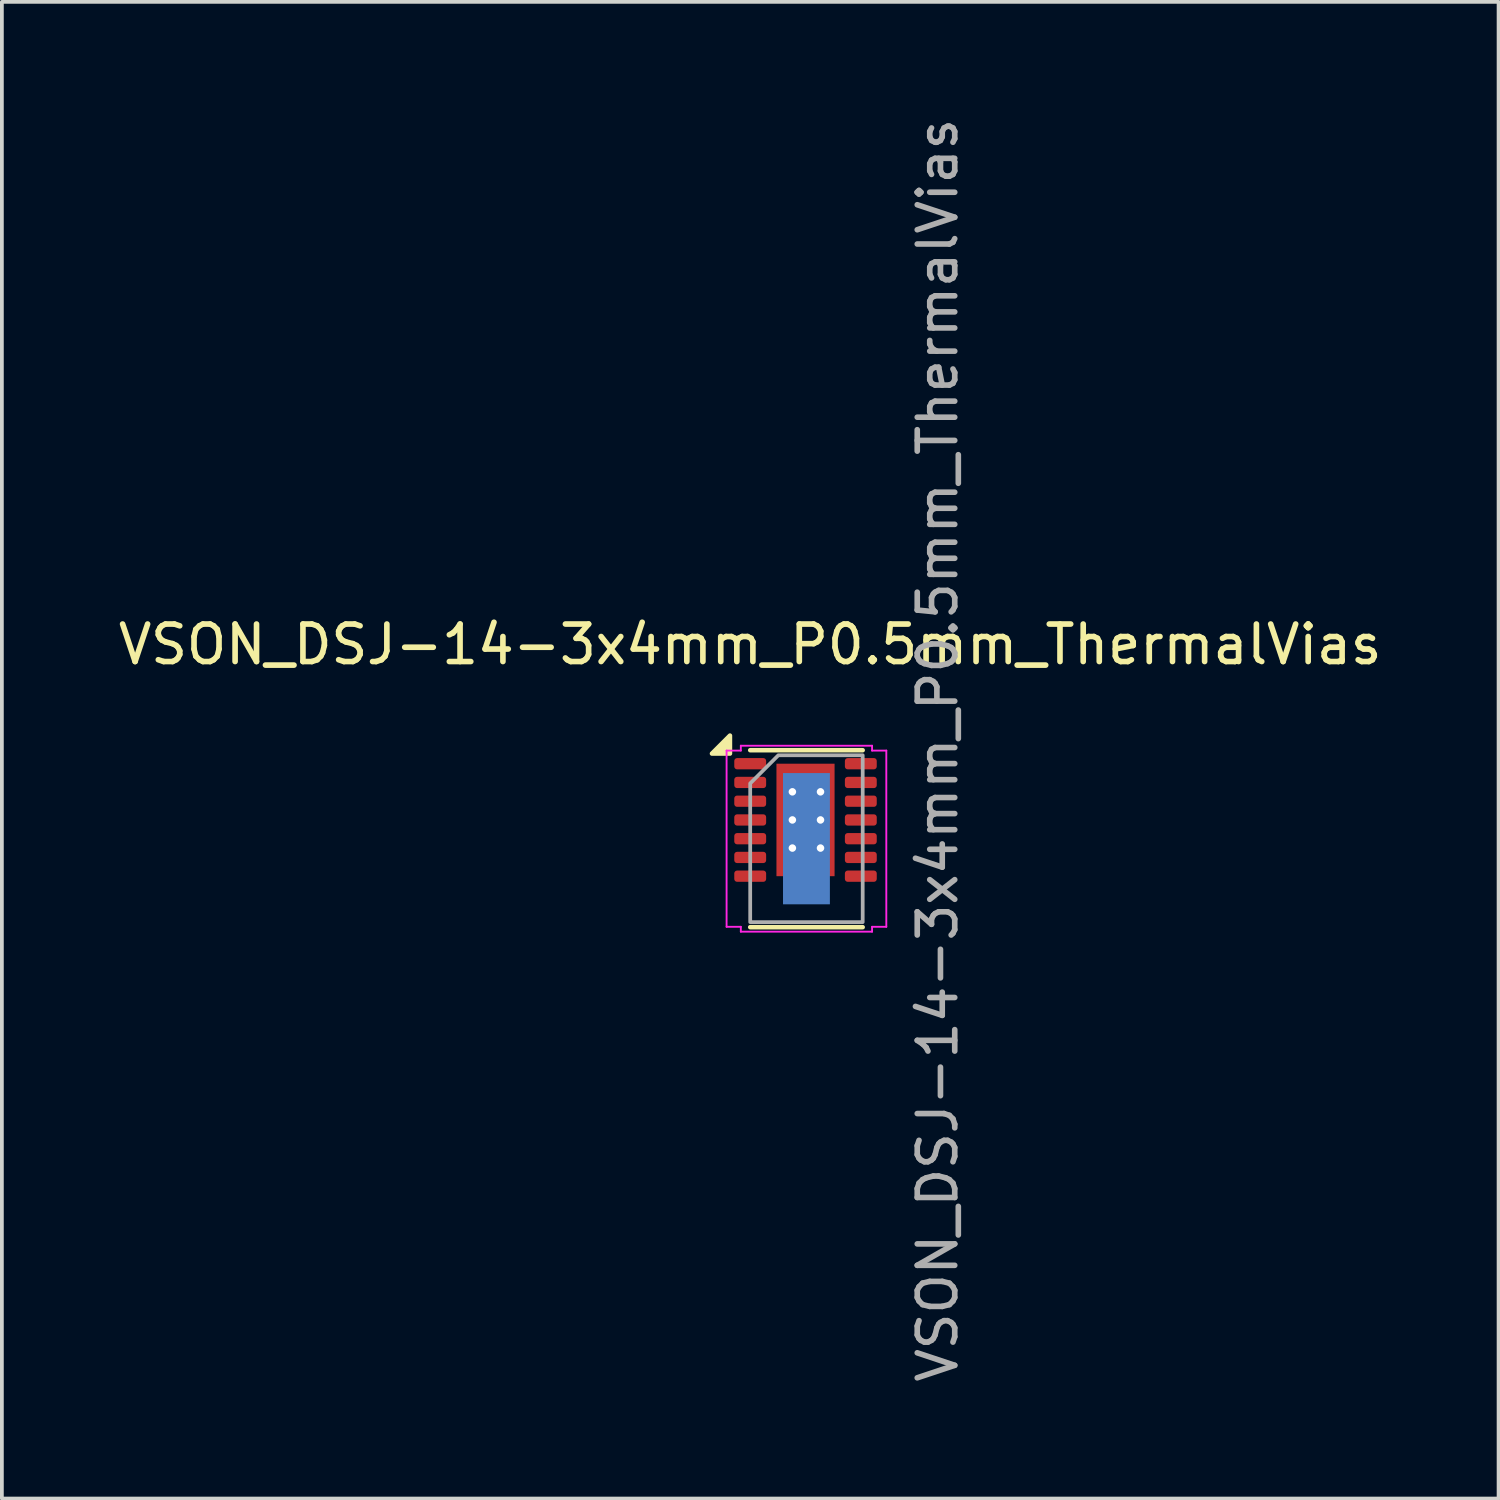
<source format=kicad_pcb>
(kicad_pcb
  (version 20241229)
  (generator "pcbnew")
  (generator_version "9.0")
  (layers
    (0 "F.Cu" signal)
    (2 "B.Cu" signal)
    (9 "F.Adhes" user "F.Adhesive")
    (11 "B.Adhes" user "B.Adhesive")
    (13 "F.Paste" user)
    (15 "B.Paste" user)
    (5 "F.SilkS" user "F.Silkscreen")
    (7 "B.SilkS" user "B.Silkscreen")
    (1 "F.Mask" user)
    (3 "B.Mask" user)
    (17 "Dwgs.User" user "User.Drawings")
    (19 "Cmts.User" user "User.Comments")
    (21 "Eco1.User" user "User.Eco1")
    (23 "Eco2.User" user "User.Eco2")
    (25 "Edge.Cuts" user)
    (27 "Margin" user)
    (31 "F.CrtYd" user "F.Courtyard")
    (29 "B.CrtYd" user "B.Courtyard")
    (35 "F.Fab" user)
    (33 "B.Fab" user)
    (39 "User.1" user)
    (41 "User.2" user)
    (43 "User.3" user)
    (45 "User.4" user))
  (footprint "VSON_DSJ-14-3x4mm_P0.5mm_ThermalVias"
    (layer "F.Cu")
    (at 16.958 17.318)
    (property "Reference" "VSON_DSJ-14-3x4mm_P0.5mm_ThermalVias" (at 0 -3.18 0) (layer "F.SilkS") (effects (font (size 1 1) (thickness 0.15))))
    (attr smd)
    (fp_line (start 0 -0.36) (end 3 -0.36) (stroke (width 0.12) (type solid)) (layer "F.SilkS"))
    (fp_line (start 0 4.36) (end 3 4.36) (stroke (width 0.12) (type solid)) (layer "F.SilkS"))
    (fp_poly (pts (xy -0.54 -0.27) (xy -1.02 -0.27) (xy -0.54 -0.75)) (stroke (width 0.12) (type solid)) (fill yes) (layer "F.SilkS"))
    (fp_line (start -0.63 -0.35) (end -0.25 -0.35) (stroke (width 0.05) (type solid)) (layer "F.CrtYd"))
    (fp_line (start -0.63 4.35) (end -0.63 -0.35) (stroke (width 0.05) (type solid)) (layer "F.CrtYd"))
    (fp_line (start -0.25 -0.48) (end 3.25 -0.48) (stroke (width 0.05) (type solid)) (layer "F.CrtYd"))
    (fp_line (start -0.25 -0.35) (end -0.25 -0.48) (stroke (width 0.05) (type solid)) (layer "F.CrtYd"))
    (fp_line (start -0.25 4.35) (end -0.63 4.35) (stroke (width 0.05) (type solid)) (layer "F.CrtYd"))
    (fp_line (start -0.25 4.48) (end -0.25 4.35) (stroke (width 0.05) (type solid)) (layer "F.CrtYd"))
    (fp_line (start 3.25 -0.48) (end 3.25 -0.35) (stroke (width 0.05) (type solid)) (layer "F.CrtYd"))
    (fp_line (start 3.25 -0.35) (end 3.63 -0.35) (stroke (width 0.05) (type solid)) (layer "F.CrtYd"))
    (fp_line (start 3.25 4.35) (end 3.25 4.48) (stroke (width 0.05) (type solid)) (layer "F.CrtYd"))
    (fp_line (start 3.25 4.48) (end -0.25 4.48) (stroke (width 0.05) (type solid)) (layer "F.CrtYd"))
    (fp_line (start 3.63 -0.35) (end 3.63 4.35) (stroke (width 0.05) (type solid)) (layer "F.CrtYd"))
    (fp_line (start 3.63 4.35) (end 3.25 4.35) (stroke (width 0.05) (type solid)) (layer "F.CrtYd"))
    (fp_poly (pts (xy 0 0.525) (xy 0 4.225) (xy 3 4.225) (xy 3 -0.225) (xy 0.75 -0.225)) (stroke (width 0.1) (type solid)) (fill no) (layer "F.Fab"))
    (fp_text user "${REFERENCE}" (at 5 -0.36 90) (layer "F.Fab") (effects (font (size 1 1) (thickness 0.15))))
    (pad "" smd roundrect (at 1.5 0.95) (size 1.29 1.69) (layers "F.Paste") (roundrect_rratio 0.194))
    (pad "" smd roundrect (at 1.5 3.25) (size 1.29 1.69) (layers "F.Paste") (roundrect_rratio 0.194))
    (pad "1" smd roundrect (at 0 0) (size 0.85 0.3) (layers "F.Cu" "F.Mask" "F.Paste") (roundrect_rratio 0.25))
    (pad "2" smd roundrect (at 0 0.5) (size 0.85 0.3) (layers "F.Cu" "F.Mask" "F.Paste") (roundrect_rratio 0.25))
    (pad "3" smd roundrect (at 0 1) (size 0.85 0.3) (layers "F.Cu" "F.Mask" "F.Paste") (roundrect_rratio 0.25))
    (pad "4" smd roundrect (at 0 1.5) (size 0.85 0.3) (layers "F.Cu" "F.Mask" "F.Paste") (roundrect_rratio 0.25))
    (pad "5" smd roundrect (at 0 2) (size 0.85 0.3) (layers "F.Cu" "F.Mask" "F.Paste") (roundrect_rratio 0.25))
    (pad "6" smd roundrect (at 0 2.5) (size 0.85 0.3) (layers "F.Cu" "F.Mask" "F.Paste") (roundrect_rratio 0.25))
    (pad "7" smd roundrect (at 0 3) (size 0.85 0.3) (layers "F.Cu" "F.Mask" "F.Paste") (roundrect_rratio 0.25))
    (pad "8" smd roundrect (at 2.95 3) (size 0.85 0.3) (layers "F.Cu" "F.Mask" "F.Paste") (roundrect_rratio 0.25))
    (pad "9" smd roundrect (at 2.95 2.5) (size 0.85 0.3) (layers "F.Cu" "F.Mask" "F.Paste") (roundrect_rratio 0.25))
    (pad "10" smd roundrect (at 2.95 2) (size 0.85 0.3) (layers "F.Cu" "F.Mask" "F.Paste") (roundrect_rratio 0.25))
    (pad "11" smd roundrect (at 2.95 1.5) (size 0.85 0.3) (layers "F.Cu" "F.Mask" "F.Paste") (roundrect_rratio 0.25))
    (pad "12" smd roundrect (at 2.95 1) (size 0.85 0.3) (layers "F.Cu" "F.Mask" "F.Paste") (roundrect_rratio 0.25))
    (pad "13" smd roundrect (at 2.95 0.5) (size 0.85 0.3) (layers "F.Cu" "F.Mask" "F.Paste") (roundrect_rratio 0.25))
    (pad "14" smd roundrect (at 2.95 0) (size 0.85 0.3) (layers "F.Cu" "F.Mask" "F.Paste") (roundrect_rratio 0.25))
    (pad "15" thru_hole circle (at 1.125 0.75) (size 0.5 0.5) (drill 0.2) (property pad_prop_heatsink) (layers "*.Cu"))
    (pad "15" thru_hole circle (at 1.125 1.5) (size 0.5 0.5) (drill 0.2) (property pad_prop_heatsink) (layers "*.Cu"))
    (pad "15" thru_hole circle (at 1.125 2.25) (size 0.5 0.5) (drill 0.2) (property pad_prop_heatsink) (layers "*.Cu"))
    (pad "15" smd rect (at 1.475 1.5) (size 1.55 3) (property pad_prop_heatsink) (layers "F.Cu" "F.Mask"))
    (pad "15" smd rect (at 1.5 2) (size 1.25 3.5) (property pad_prop_heatsink) (layers "B.Cu"))
    (pad "15" thru_hole circle (at 1.875 0.75) (size 0.5 0.5) (drill 0.2) (property pad_prop_heatsink) (layers "*.Cu"))
    (pad "15" thru_hole circle (at 1.875 1.5) (size 0.5 0.5) (drill 0.2) (property pad_prop_heatsink) (layers "*.Cu"))
    (pad "15" thru_hole circle (at 1.875 2.25) (size 0.5 0.5) (drill 0.2) (property pad_prop_heatsink) (layers "*.Cu")))
  (gr_rect
    (start -3 -3)
    (end 36.917 36.917)
    (stroke (width 0.1) (type default))
    (fill no)
    (layer "Edge.Cuts")))
</source>
